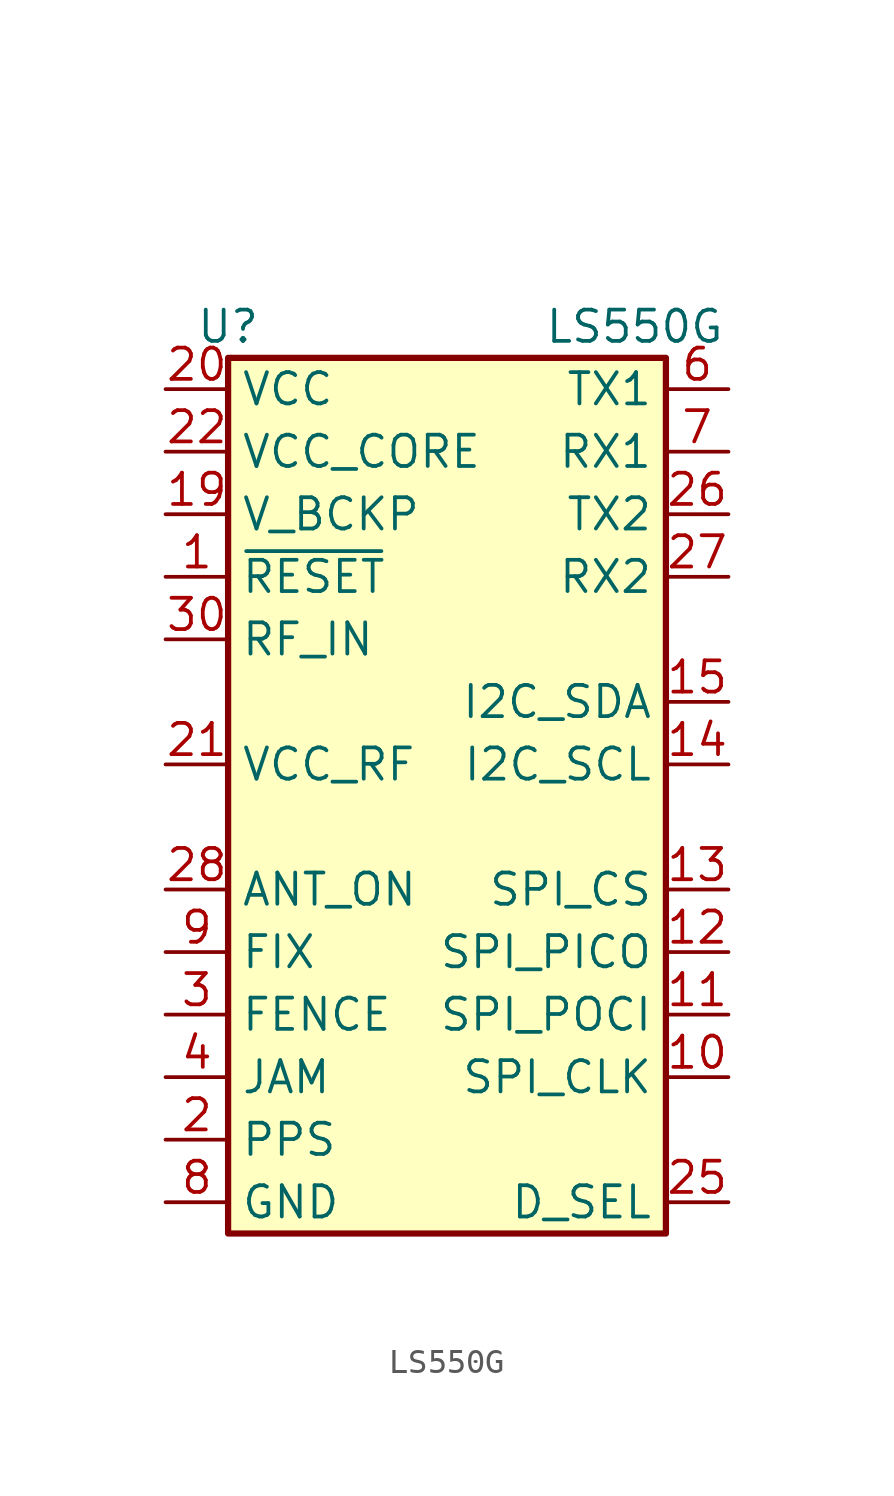
<source format=kicad_sym>
(kicad_symbol_lib
  (version 20241209)
  (generator "kicad_symbol_editor")
  (generator_version "9.0")
  (symbol "LS550G"
    (property "Reference" "U"
      (at -8.89 19.05 0)
      (effects (font (size 1.27 1.27))))
    (property "Value" "LS550G"
      (at 7.62 19.05 0)
      (effects (font (size 1.27 1.27))))
    (symbol "LS550G_0_1"
      (rectangle (start -8.89 17.78) (end 8.89 -17.78) (stroke (width 0.254) (type default)) (fill (type background))))
    (symbol "LS550G_1_0"
      (pin power_in line (at -11.43 16.51 0) (length 2.54) (name "VCC" (effects (font (size 1.27 1.27)))) (number "20" (effects (font (size 1.27 1.27)))))
      (pin power_in line (at -11.43 13.97 0) (length 2.54) (name "VCC_CORE" (effects (font (size 1.27 1.27)))) (number "22" (effects (font (size 1.27 1.27)))))
      (pin power_in line (at -11.43 11.43 0) (length 2.54) (name "V_BCKP" (effects (font (size 1.27 1.27)))) (number "19" (effects (font (size 1.27 1.27)))))
      (pin input line (at -11.43 6.35 0) (length 2.54) (name "RF_IN" (effects (font (size 1.27 1.27)))) (number "30" (effects (font (size 1.27 1.27)))))
      (pin power_in line (at -11.43 1.27 0) (length 2.54) (name "VCC_RF" (effects (font (size 1.27 1.27)))) (number "21" (effects (font (size 1.27 1.27)))))
      (pin output line (at -11.43 -3.81 0) (length 2.54) (name "ANT_ON" (effects (font (size 1.27 1.27)))) (number "28" (effects (font (size 1.27 1.27)))))
      (pin power_in line (at -11.43 -16.51 0) (length 2.54) (hide yes) (name "GND" (effects (font (size 1.27 1.27)))) (number "23" (effects (font (size 1.27 1.27)))))
      (pin power_in line (at -11.43 -16.51 0) (length 2.54) (hide yes) (name "GND" (effects (font (size 1.27 1.27)))) (number "24" (effects (font (size 1.27 1.27)))))
      (pin power_in line (at -11.43 -16.51 0) (length 2.54) (hide yes) (name "GND" (effects (font (size 1.27 1.27)))) (number "29" (effects (font (size 1.27 1.27)))))
      (pin power_in line (at -11.43 -16.51 0) (length 2.54) (hide yes) (name "GND" (effects (font (size 1.27 1.27)))) (number "31" (effects (font (size 1.27 1.27)))))
      (pin power_in line (at -11.43 -16.51 0) (length 2.54) (hide yes) (name "GND" (effects (font (size 1.27 1.27)))) (number "32" (effects (font (size 1.27 1.27)))))
      (pin power_in line (at -11.43 -16.51 0) (length 2.54) (hide yes) (name "GND" (effects (font (size 1.27 1.27)))) (number "33" (effects (font (size 1.27 1.27)))))
      (pin power_in line (at -11.43 -16.51 0) (length 2.54) (hide yes) (name "GND" (effects (font (size 1.27 1.27)))) (number "34" (effects (font (size 1.27 1.27)))))
      (pin power_in line (at -11.43 -16.51 0) (length 2.54) (hide yes) (name "GND" (effects (font (size 1.27 1.27)))) (number "35" (effects (font (size 1.27 1.27)))))
      (pin power_in line (at -11.43 -16.51 0) (length 2.54) (hide yes) (name "GND" (effects (font (size 1.27 1.27)))) (number "36" (effects (font (size 1.27 1.27)))))
      (pin output line (at 11.43 11.43 180) (length 2.54) (name "TX2" (effects (font (size 1.27 1.27)))) (number "26" (effects (font (size 1.27 1.27)))))
      (pin input line (at 11.43 8.89 180) (length 2.54) (name "RX2" (effects (font (size 1.27 1.27)))) (number "27" (effects (font (size 1.27 1.27)))))
      (pin input line (at 11.43 -16.51 180) (length 2.54) (name "D_SEL" (effects (font (size 1.27 1.27)))) (number "25" (effects (font (size 1.27 1.27))))))
    (symbol "LS550G_1_1"
      (pin input line (at -11.43 8.89 0) (length 2.54) (name "~{RESET}" (effects (font (size 1.27 1.27)))) (number "1" (effects (font (size 1.27 1.27)))))
      (pin output line (at -11.43 -6.35 0) (length 2.54) (name "FIX" (effects (font (size 1.27 1.27)))) (number "9" (effects (font (size 1.27 1.27)))))
      (pin output line (at -11.43 -8.89 0) (length 2.54) (name "FENCE" (effects (font (size 1.27 1.27)))) (number "3" (effects (font (size 1.27 1.27)))))
      (pin output line (at -11.43 -11.43 0) (length 2.54) (name "JAM" (effects (font (size 1.27 1.27)))) (number "4" (effects (font (size 1.27 1.27)))))
      (pin output line (at -11.43 -13.97 0) (length 2.54) (name "PPS" (effects (font (size 1.27 1.27)))) (number "2" (effects (font (size 1.27 1.27)))))
      (pin power_in line (at -11.43 -16.51 0) (length 2.54) (hide yes) (name "GND" (effects (font (size 1.27 1.27)))) (number "16" (effects (font (size 1.27 1.27)))))
      (pin power_in line (at -11.43 -16.51 0) (length 2.54) (hide yes) (name "GND" (effects (font (size 1.27 1.27)))) (number "18" (effects (font (size 1.27 1.27)))))
      (pin power_in line (at -11.43 -16.51 0) (length 2.54) (name "GND" (effects (font (size 1.27 1.27)))) (number "8" (effects (font (size 1.27 1.27)))))
      (pin no_connect line (at 11.43 24.13 180) (length 2.54) (hide yes) (name "RESERVED" (effects (font (size 1.27 1.27)))) (number "17" (effects (font (size 1.27 1.27)))))
      (pin no_connect line (at 11.43 21.59 180) (length 2.54) (hide yes) (name "RESERVED" (effects (font (size 1.27 1.27)))) (number "5" (effects (font (size 1.27 1.27)))))
      (pin output line (at 11.43 16.51 180) (length 2.54) (name "TX1" (effects (font (size 1.27 1.27)))) (number "6" (effects (font (size 1.27 1.27)))))
      (pin input line (at 11.43 13.97 180) (length 2.54) (name "RX1" (effects (font (size 1.27 1.27)))) (number "7" (effects (font (size 1.27 1.27)))))
      (pin bidirectional line (at 11.43 3.81 180) (length 2.54) (name "I2C_SDA" (effects (font (size 1.27 1.27)))) (number "15" (effects (font (size 1.27 1.27)))))
      (pin bidirectional line (at 11.43 1.27 180) (length 2.54) (name "I2C_SCL" (effects (font (size 1.27 1.27)))) (number "14" (effects (font (size 1.27 1.27)))))
      (pin input line (at 11.43 -3.81 180) (length 2.54) (name "SPI_CS" (effects (font (size 1.27 1.27)))) (number "13" (effects (font (size 1.27 1.27)))))
      (pin input line (at 11.43 -6.35 180) (length 2.54) (name "SPI_PICO" (effects (font (size 1.27 1.27)))) (number "12" (effects (font (size 1.27 1.27)))))
      (pin output line (at 11.43 -8.89 180) (length 2.54) (name "SPI_POCI" (effects (font (size 1.27 1.27)))) (number "11" (effects (font (size 1.27 1.27)))))
      (pin input line (at 11.43 -11.43 180) (length 2.54) (name "SPI_CLK" (effects (font (size 1.27 1.27)))) (number "10" (effects (font (size 1.27 1.27))))))))
</source>
